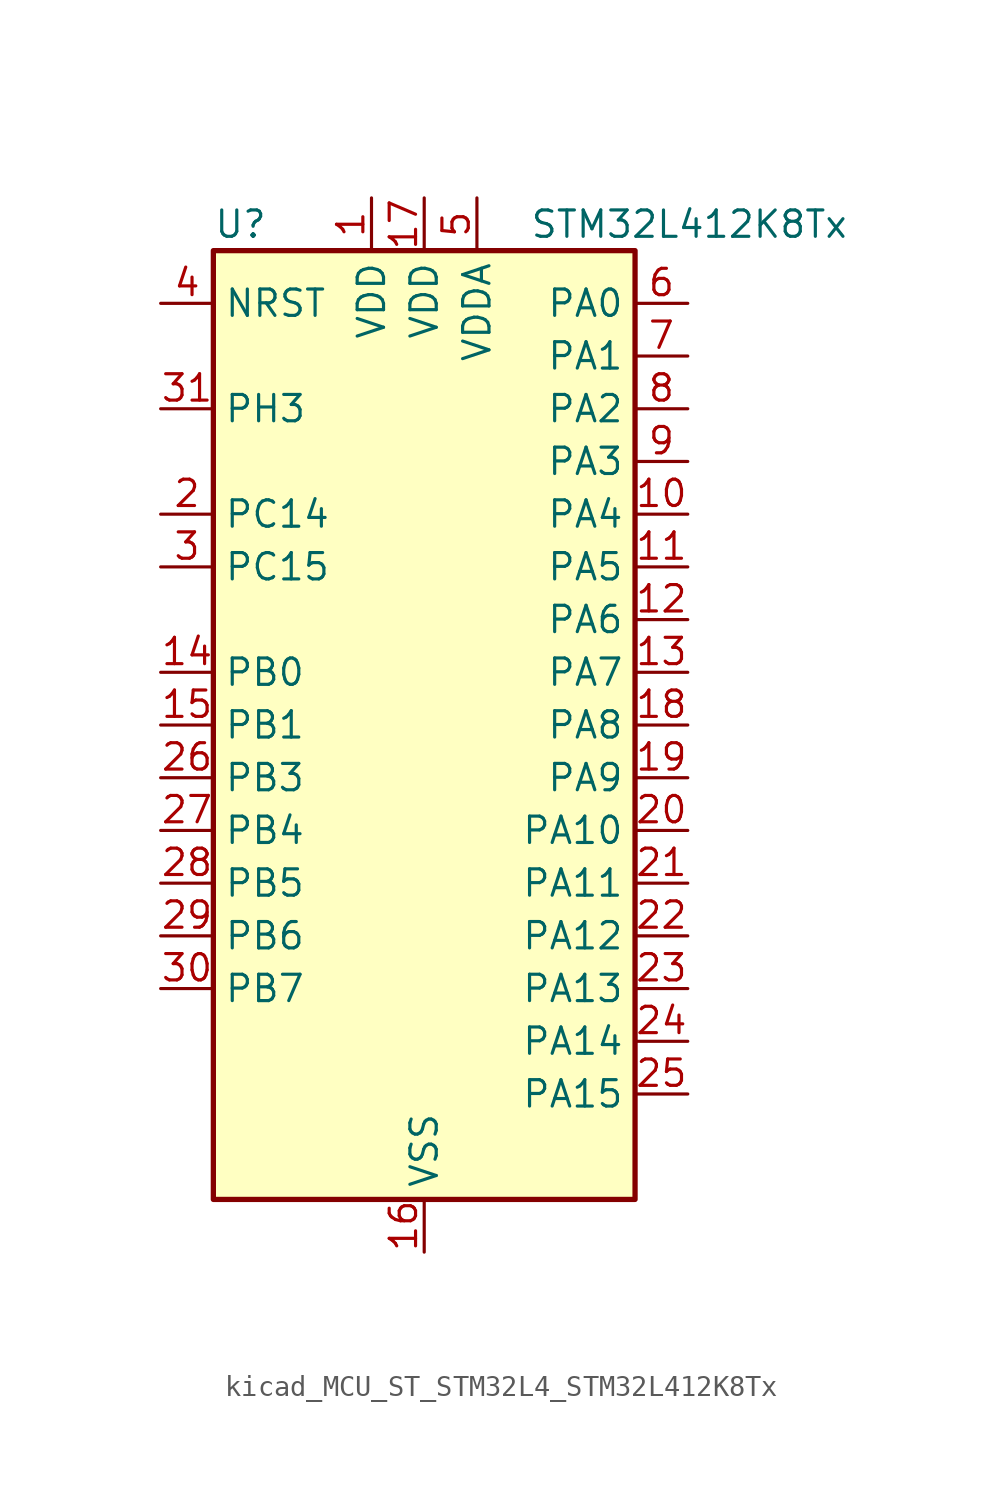
<source format=kicad_sym>
(kicad_symbol_lib
  (version 20220914)
  (generator kicad_symbol_editor)
  (symbol "kicad_MCU_ST_STM32L4_STM32L412K8Tx"
    (property "Reference" "U"
      (at -10.16 24.13 0)
      (effects (font (size 1.27 1.27)) (justify left)))
    (property "Value" "STM32L412K8Tx"
      (at 5.08 24.13 0)
      (effects (font (size 1.27 1.27)) (justify left)))
    (property "ki_locked" ""
      (at 0 0 0)
      (effects (font (size 1.27 1.27))))
    (symbol "kicad_MCU_ST_STM32L4_STM32L412K8Tx_0_1"
      (rectangle (start -10.16 -22.86) (end 10.16 22.86) (stroke (width 0.254) (type default)) (fill (type background))))
    (symbol "kicad_MCU_ST_STM32L4_STM32L412K8Tx_1_1"
      (pin power_in line (at -2.54 25.4 270) (length 2.54) (name "VDD" (effects (font (size 1.27 1.27)))) (number "1" (effects (font (size 1.27 1.27)))))
      (pin bidirectional line (at 12.7 10.16 180) (length 2.54) (name "PA4" (effects (font (size 1.27 1.27)))) (number "10" (effects (font (size 1.27 1.27)))) (alternate "ADC1_IN9" bidirectional line) (alternate "ADC2_IN9" bidirectional line) (alternate "COMP1_INM" bidirectional line) (alternate "LPTIM2_OUT" bidirectional line) (alternate "SPI1_NSS" bidirectional line) (alternate "USART2_CK" bidirectional line))
      (pin bidirectional line (at 12.7 7.62 180) (length 2.54) (name "PA5" (effects (font (size 1.27 1.27)))) (number "11" (effects (font (size 1.27 1.27)))) (alternate "ADC1_IN10" bidirectional line) (alternate "ADC2_IN10" bidirectional line) (alternate "COMP1_INM" bidirectional line) (alternate "LPTIM2_ETR" bidirectional line) (alternate "SPI1_SCK" bidirectional line) (alternate "TIM2_CH1" bidirectional line) (alternate "TIM2_ETR" bidirectional line))
      (pin bidirectional line (at 12.7 5.08 180) (length 2.54) (name "PA6" (effects (font (size 1.27 1.27)))) (number "12" (effects (font (size 1.27 1.27)))) (alternate "ADC1_IN11" bidirectional line) (alternate "ADC2_IN11" bidirectional line) (alternate "COMP1_OUT" bidirectional line) (alternate "LPUART1_CTS" bidirectional line) (alternate "QUADSPI_BK1_IO3" bidirectional line) (alternate "SPI1_MISO" bidirectional line) (alternate "TIM16_CH1" bidirectional line) (alternate "TIM1_BKIN" bidirectional line))
      (pin bidirectional line (at 12.7 2.54 180) (length 2.54) (name "PA7" (effects (font (size 1.27 1.27)))) (number "13" (effects (font (size 1.27 1.27)))) (alternate "ADC1_IN12" bidirectional line) (alternate "ADC2_IN12" bidirectional line) (alternate "I2C3_SCL" bidirectional line) (alternate "QUADSPI_BK1_IO2" bidirectional line) (alternate "SPI1_MOSI" bidirectional line) (alternate "TIM1_CH1N" bidirectional line))
      (pin bidirectional line (at -12.7 2.54 0) (length 2.54) (name "PB0" (effects (font (size 1.27 1.27)))) (number "14" (effects (font (size 1.27 1.27)))) (alternate "ADC1_IN15" bidirectional line) (alternate "ADC2_IN15" bidirectional line) (alternate "COMP1_OUT" bidirectional line) (alternate "QUADSPI_BK1_IO1" bidirectional line) (alternate "SPI1_NSS" bidirectional line) (alternate "SYS_TRACED0" bidirectional line) (alternate "TIM1_CH2N" bidirectional line))
      (pin bidirectional line (at -12.7 0 0) (length 2.54) (name "PB1" (effects (font (size 1.27 1.27)))) (number "15" (effects (font (size 1.27 1.27)))) (alternate "ADC1_IN16" bidirectional line) (alternate "ADC2_IN16" bidirectional line) (alternate "COMP1_INM" bidirectional line) (alternate "LPTIM2_IN1" bidirectional line) (alternate "LPUART1_DE" bidirectional line) (alternate "LPUART1_RTS" bidirectional line) (alternate "QUADSPI_BK1_IO0" bidirectional line) (alternate "SYS_TRACED1" bidirectional line) (alternate "TIM1_CH3N" bidirectional line))
      (pin power_in line (at 0 -25.4 90) (length 2.54) (name "VSS" (effects (font (size 1.27 1.27)))) (number "16" (effects (font (size 1.27 1.27)))))
      (pin power_in line (at 0 25.4 270) (length 2.54) (name "VDD" (effects (font (size 1.27 1.27)))) (number "17" (effects (font (size 1.27 1.27)))))
      (pin bidirectional line (at 12.7 0 180) (length 2.54) (name "PA8" (effects (font (size 1.27 1.27)))) (number "18" (effects (font (size 1.27 1.27)))) (alternate "LPTIM2_OUT" bidirectional line) (alternate "RCC_MCO" bidirectional line) (alternate "TIM1_CH1" bidirectional line) (alternate "USART1_CK" bidirectional line))
      (pin bidirectional line (at 12.7 -2.54 180) (length 2.54) (name "PA9" (effects (font (size 1.27 1.27)))) (number "19" (effects (font (size 1.27 1.27)))) (alternate "I2C1_SCL" bidirectional line) (alternate "TIM15_BKIN" bidirectional line) (alternate "TIM1_CH2" bidirectional line) (alternate "USART1_TX" bidirectional line))
      (pin bidirectional line (at -12.7 10.16 0) (length 2.54) (name "PC14" (effects (font (size 1.27 1.27)))) (number "2" (effects (font (size 1.27 1.27)))) (alternate "RCC_OSC32_IN" bidirectional line))
      (pin bidirectional line (at 12.7 -5.08 180) (length 2.54) (name "PA10" (effects (font (size 1.27 1.27)))) (number "20" (effects (font (size 1.27 1.27)))) (alternate "CRS_SYNC" bidirectional line) (alternate "I2C1_SDA" bidirectional line) (alternate "TIM1_CH3" bidirectional line) (alternate "USART1_RX" bidirectional line))
      (pin bidirectional line (at 12.7 -7.62 180) (length 2.54) (name "PA11" (effects (font (size 1.27 1.27)))) (number "21" (effects (font (size 1.27 1.27)))) (alternate "ADC1_EXTI11" bidirectional line) (alternate "ADC2_EXTI11" bidirectional line) (alternate "COMP1_OUT" bidirectional line) (alternate "SPI1_MISO" bidirectional line) (alternate "TIM1_BKIN2" bidirectional line) (alternate "TIM1_BKIN2_COMP1" bidirectional line) (alternate "TIM1_CH4" bidirectional line) (alternate "USART1_CTS" bidirectional line) (alternate "USB_DM" bidirectional line))
      (pin bidirectional line (at 12.7 -10.16 180) (length 2.54) (name "PA12" (effects (font (size 1.27 1.27)))) (number "22" (effects (font (size 1.27 1.27)))) (alternate "SPI1_MOSI" bidirectional line) (alternate "TIM1_ETR" bidirectional line) (alternate "USART1_DE" bidirectional line) (alternate "USART1_RTS" bidirectional line) (alternate "USB_DP" bidirectional line))
      (pin bidirectional line (at 12.7 -12.7 180) (length 2.54) (name "PA13" (effects (font (size 1.27 1.27)))) (number "23" (effects (font (size 1.27 1.27)))) (alternate "IR_OUT" bidirectional line) (alternate "SYS_JTMS-SWDIO" bidirectional line) (alternate "USB_NOE" bidirectional line))
      (pin bidirectional line (at 12.7 -15.24 180) (length 2.54) (name "PA14" (effects (font (size 1.27 1.27)))) (number "24" (effects (font (size 1.27 1.27)))) (alternate "I2C1_SMBA" bidirectional line) (alternate "LPTIM1_OUT" bidirectional line) (alternate "SYS_JTCK-SWCLK" bidirectional line))
      (pin bidirectional line (at 12.7 -17.78 180) (length 2.54) (name "PA15" (effects (font (size 1.27 1.27)))) (number "25" (effects (font (size 1.27 1.27)))) (alternate "ADC1_EXTI15" bidirectional line) (alternate "ADC2_EXTI15" bidirectional line) (alternate "SPI1_NSS" bidirectional line) (alternate "SYS_JTDI" bidirectional line) (alternate "TIM2_CH1" bidirectional line) (alternate "TIM2_ETR" bidirectional line) (alternate "USART2_RX" bidirectional line))
      (pin bidirectional line (at -12.7 -2.54 0) (length 2.54) (name "PB3" (effects (font (size 1.27 1.27)))) (number "26" (effects (font (size 1.27 1.27)))) (alternate "SPI1_SCK" bidirectional line) (alternate "SYS_JTDO-SWO" bidirectional line) (alternate "TIM2_CH2" bidirectional line) (alternate "USART1_DE" bidirectional line) (alternate "USART1_RTS" bidirectional line))
      (pin bidirectional line (at -12.7 -5.08 0) (length 2.54) (name "PB4" (effects (font (size 1.27 1.27)))) (number "27" (effects (font (size 1.27 1.27)))) (alternate "I2C3_SDA" bidirectional line) (alternate "SPI1_MISO" bidirectional line) (alternate "SYS_JTRST" bidirectional line) (alternate "TSC_G2_IO1" bidirectional line) (alternate "USART1_CTS" bidirectional line))
      (pin bidirectional line (at -12.7 -7.62 0) (length 2.54) (name "PB5" (effects (font (size 1.27 1.27)))) (number "28" (effects (font (size 1.27 1.27)))) (alternate "I2C1_SMBA" bidirectional line) (alternate "LPTIM1_IN1" bidirectional line) (alternate "SPI1_MOSI" bidirectional line) (alternate "SYS_TRACED2" bidirectional line) (alternate "TIM16_BKIN" bidirectional line) (alternate "TSC_G2_IO2" bidirectional line) (alternate "USART1_CK" bidirectional line))
      (pin bidirectional line (at -12.7 -10.16 0) (length 2.54) (name "PB6" (effects (font (size 1.27 1.27)))) (number "29" (effects (font (size 1.27 1.27)))) (alternate "I2C1_SCL" bidirectional line) (alternate "LPTIM1_ETR" bidirectional line) (alternate "SYS_TRACED3" bidirectional line) (alternate "TIM16_CH1N" bidirectional line) (alternate "TSC_G2_IO3" bidirectional line) (alternate "USART1_TX" bidirectional line))
      (pin bidirectional line (at -12.7 7.62 0) (length 2.54) (name "PC15" (effects (font (size 1.27 1.27)))) (number "3" (effects (font (size 1.27 1.27)))) (alternate "ADC1_EXTI15" bidirectional line) (alternate "ADC2_EXTI15" bidirectional line) (alternate "RCC_OSC32_OUT" bidirectional line))
      (pin bidirectional line (at -12.7 -12.7 0) (length 2.54) (name "PB7" (effects (font (size 1.27 1.27)))) (number "30" (effects (font (size 1.27 1.27)))) (alternate "I2C1_SDA" bidirectional line) (alternate "LPTIM1_IN2" bidirectional line) (alternate "SYS_PVD_IN" bidirectional line) (alternate "SYS_TRACECLK" bidirectional line) (alternate "TSC_G2_IO4" bidirectional line) (alternate "USART1_RX" bidirectional line))
      (pin bidirectional line (at -12.7 15.24 0) (length 2.54) (name "PH3" (effects (font (size 1.27 1.27)))) (number "31" (effects (font (size 1.27 1.27)))))
      (pin passive line (at 0 -25.4 90) (length 2.54) hide (name "VSS" (effects (font (size 1.27 1.27)))) (number "32" (effects (font (size 1.27 1.27)))))
      (pin input line (at -12.7 20.32 0) (length 2.54) (name "NRST" (effects (font (size 1.27 1.27)))) (number "4" (effects (font (size 1.27 1.27)))))
      (pin power_in line (at 2.54 25.4 270) (length 2.54) (name "VDDA" (effects (font (size 1.27 1.27)))) (number "5" (effects (font (size 1.27 1.27)))))
      (pin bidirectional line (at 12.7 20.32 180) (length 2.54) (name "PA0" (effects (font (size 1.27 1.27)))) (number "6" (effects (font (size 1.27 1.27)))) (alternate "ADC1_IN5" bidirectional line) (alternate "COMP1_INM" bidirectional line) (alternate "COMP1_OUT" bidirectional line) (alternate "OPAMP1_VINP" bidirectional line) (alternate "RCC_CK_IN" bidirectional line) (alternate "RTC_TAMP2" bidirectional line) (alternate "SYS_WKUP1" bidirectional line) (alternate "TIM2_CH1" bidirectional line) (alternate "TIM2_ETR" bidirectional line) (alternate "USART2_CTS" bidirectional line))
      (pin bidirectional line (at 12.7 17.78 180) (length 2.54) (name "PA1" (effects (font (size 1.27 1.27)))) (number "7" (effects (font (size 1.27 1.27)))) (alternate "ADC1_IN6" bidirectional line) (alternate "COMP1_INP" bidirectional line) (alternate "I2C1_SMBA" bidirectional line) (alternate "OPAMP1_VINM" bidirectional line) (alternate "SPI1_SCK" bidirectional line) (alternate "TIM15_CH1N" bidirectional line) (alternate "TIM2_CH2" bidirectional line) (alternate "USART2_DE" bidirectional line) (alternate "USART2_RTS" bidirectional line))
      (pin bidirectional line (at 12.7 15.24 180) (length 2.54) (name "PA2" (effects (font (size 1.27 1.27)))) (number "8" (effects (font (size 1.27 1.27)))) (alternate "ADC1_IN7" bidirectional line) (alternate "ADC2_IN7" bidirectional line) (alternate "LPUART1_TX" bidirectional line) (alternate "QUADSPI_BK1_NCS" bidirectional line) (alternate "RCC_LSCO" bidirectional line) (alternate "SYS_WKUP4" bidirectional line) (alternate "TIM15_CH1" bidirectional line) (alternate "TIM2_CH3" bidirectional line) (alternate "USART2_TX" bidirectional line))
      (pin bidirectional line (at 12.7 12.7 180) (length 2.54) (name "PA3" (effects (font (size 1.27 1.27)))) (number "9" (effects (font (size 1.27 1.27)))) (alternate "ADC1_IN8" bidirectional line) (alternate "ADC2_IN8" bidirectional line) (alternate "LPUART1_RX" bidirectional line) (alternate "OPAMP1_VOUT" bidirectional line) (alternate "QUADSPI_CLK" bidirectional line) (alternate "TIM15_CH2" bidirectional line) (alternate "TIM2_CH4" bidirectional line) (alternate "USART2_RX" bidirectional line)))))
</source>
